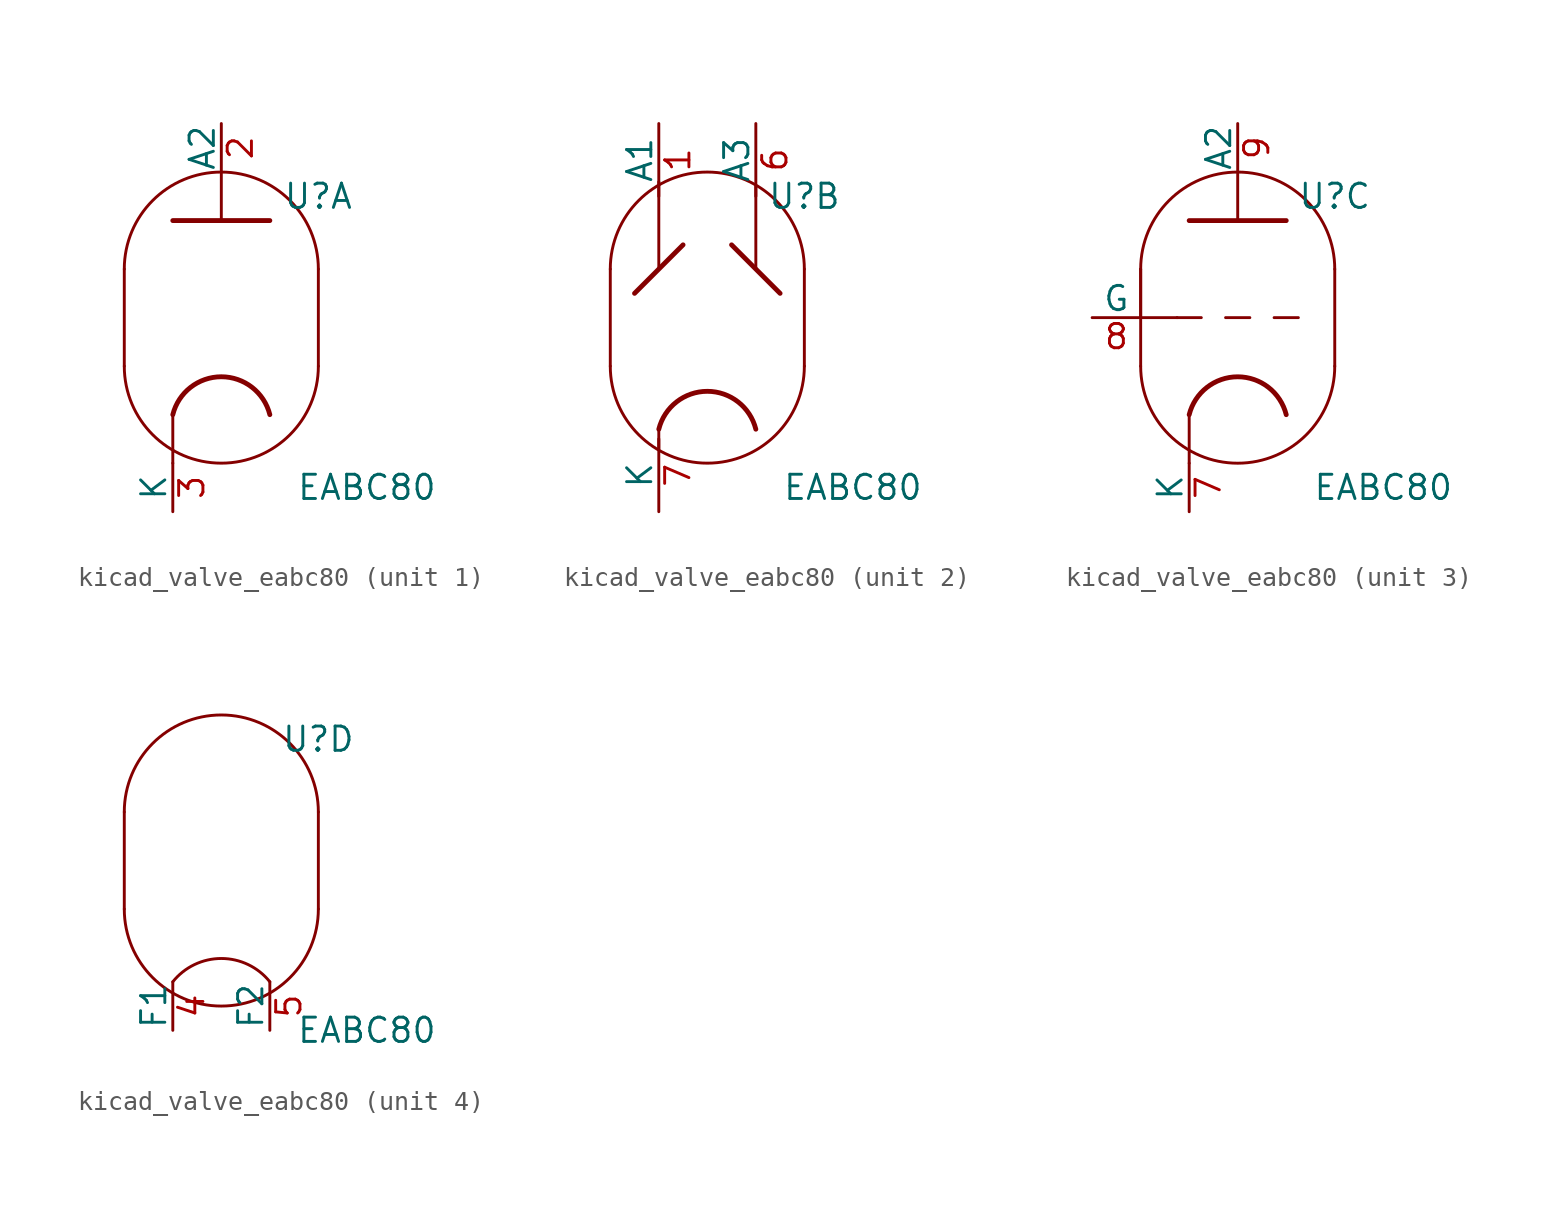
<source format=kicad_sym>
(kicad_symbol_lib
  (version 20220914)
  (generator kicad_symbol_editor)
  (symbol "kicad_valve_eabc80"
    (pin_names
      (offset 0))
    (property "Reference" "U"
      (at 5.08 6.35 0)
      (effects (font (size 1.27 1.27))))
    (property "Value" "EABC80"
      (at 7.62 -8.89 0)
      (effects (font (size 1.27 1.27))))
    (property "ki_locked" ""
      (at 0 0 0)
      (effects (font (size 1.27 1.27))))
    (symbol "kicad_valve_eabc80_0_1"
      (arc (start -5.08 -2.54) (mid 0 -7.5979) (end 5.08 -2.54) (stroke (width 0) (type default)) (fill (type none)))
      (polyline (pts (xy 5.08 2.54) (xy 5.08 -2.54)) (stroke (width 0) (type default)) (fill (type none)))
      (polyline (pts (xy -5.08 2.54) (xy -5.08 -2.54) (xy -5.08 -2.54)) (stroke (width 0) (type default)) (fill (type none)))
      (arc (start 5.08 2.54) (mid 0 7.5979) (end -5.08 2.54) (stroke (width 0) (type default)) (fill (type none))))
    (symbol "kicad_valve_eabc80_1_0"
      (polyline (pts (xy -2.54 -5.08) (xy -2.54 -7.62)) (stroke (width 0) (type default)) (fill (type none)))
      (polyline (pts (xy 0 5.08) (xy 0 7.62)) (stroke (width 0) (type default)) (fill (type none))))
    (symbol "kicad_valve_eabc80_1_1"
      (polyline (pts (xy -2.54 5.08) (xy 2.54 5.08) (xy 2.54 5.08) (xy 2.54 5.08)) (stroke (width 0.254) (type default)) (fill (type none)))
      (arc (start 2.54 -5.08) (mid 0 -3.0968) (end -2.54 -5.08) (stroke (width 0.254) (type default)) (fill (type none)))
      (pin output line (at 0 10.16 270) (length 2.54) (name "A2" (effects (font (size 1.27 1.27)))) (number "2" (effects (font (size 1.27 1.27)))))
      (pin input line (at -2.54 -10.16 90) (length 2.54) (name "K" (effects (font (size 1.27 1.27)))) (number "3" (effects (font (size 1.27 1.27))))))
    (symbol "kicad_valve_eabc80_2_1"
      (polyline (pts (xy -2.54 -6.858) (xy -2.54 -5.842) (xy -2.54 -5.842)) (stroke (width 0) (type default)) (fill (type none)))
      (polyline (pts (xy -2.54 7.112) (xy -2.54 2.54) (xy -2.54 2.54)) (stroke (width 0) (type default)) (fill (type none)))
      (polyline (pts (xy 1.27 3.81) (xy 3.81 1.27) (xy 3.81 1.27)) (stroke (width 0.254) (type default)) (fill (type none)))
      (polyline (pts (xy 2.54 6.858) (xy 2.54 2.54) (xy 2.54 2.54)) (stroke (width 0) (type default)) (fill (type none)))
      (polyline (pts (xy -3.81 1.27) (xy -1.27 3.81) (xy -1.27 3.81) (xy -1.27 3.81)) (stroke (width 0.254) (type default)) (fill (type none)))
      (arc (start 2.54 -5.842) (mid 0 -3.8588) (end -2.54 -5.842) (stroke (width 0.254) (type default)) (fill (type none)))
      (pin input line (at -2.54 10.16 270) (length 3.81) (name "A1" (effects (font (size 1.27 1.27)))) (number "1" (effects (font (size 1.27 1.27)))))
      (pin output line (at 2.54 10.16 270) (length 3.81) (name "A3" (effects (font (size 1.27 1.27)))) (number "6" (effects (font (size 1.27 1.27)))))
      (pin input line (at -2.54 -10.16 90) (length 3.81) (name "K" (effects (font (size 1.27 1.27)))) (number "7" (effects (font (size 1.27 1.27))))))
    (symbol "kicad_valve_eabc80_3_0"
      (polyline (pts (xy -5.08 0) (xy -3.175 0)) (stroke (width 0) (type default)) (fill (type none)))
      (polyline (pts (xy -5.08 2.54) (xy -5.08 0)) (stroke (width 0) (type default)) (fill (type none)))
      (polyline (pts (xy -2.54 -5.08) (xy -2.54 -7.62)) (stroke (width 0) (type default)) (fill (type none)))
      (polyline (pts (xy 0 5.08) (xy 0 7.62)) (stroke (width 0) (type default)) (fill (type none))))
    (symbol "kicad_valve_eabc80_3_1"
      (polyline (pts (xy -1.905 0) (xy -3.175 0)) (stroke (width 0.152) (type default)) (fill (type none)))
      (polyline (pts (xy -0.635 0) (xy 0.635 0)) (stroke (width 0.152) (type default)) (fill (type none)))
      (polyline (pts (xy 1.905 0) (xy 3.175 0)) (stroke (width 0.152) (type default)) (fill (type none)))
      (polyline (pts (xy -2.54 5.08) (xy 2.54 5.08) (xy 2.54 5.08)) (stroke (width 0.254) (type default)) (fill (type none)))
      (arc (start 2.54 -5.08) (mid 0 -3.0968) (end -2.54 -5.08) (stroke (width 0.254) (type default)) (fill (type none)))
      (pin input line (at -2.54 -10.16 90) (length 2.54) (name "K" (effects (font (size 1.27 1.27)))) (number "7" (effects (font (size 1.27 1.27)))))
      (pin input line (at -7.62 0 0) (length 2.54) (name "G" (effects (font (size 1.27 1.27)))) (number "8" (effects (font (size 1.27 1.27)))))
      (pin output line (at 0 10.16 270) (length 2.54) (name "A2" (effects (font (size 1.27 1.27)))) (number "9" (effects (font (size 1.27 1.27))))))
    (symbol "kicad_valve_eabc80_4_1"
      (arc (start 2.54 -6.35) (mid 0 -5.1292) (end -2.54 -6.35) (stroke (width 0) (type default)) (fill (type none)))
      (pin input line (at -2.54 -8.89 90) (length 2.54) (name "F1" (effects (font (size 1.27 1.27)))) (number "4" (effects (font (size 1.27 1.27)))))
      (pin input line (at 2.54 -8.89 90) (length 2.54) (name "F2" (effects (font (size 1.27 1.27)))) (number "5" (effects (font (size 1.27 1.27))))))))
</source>
